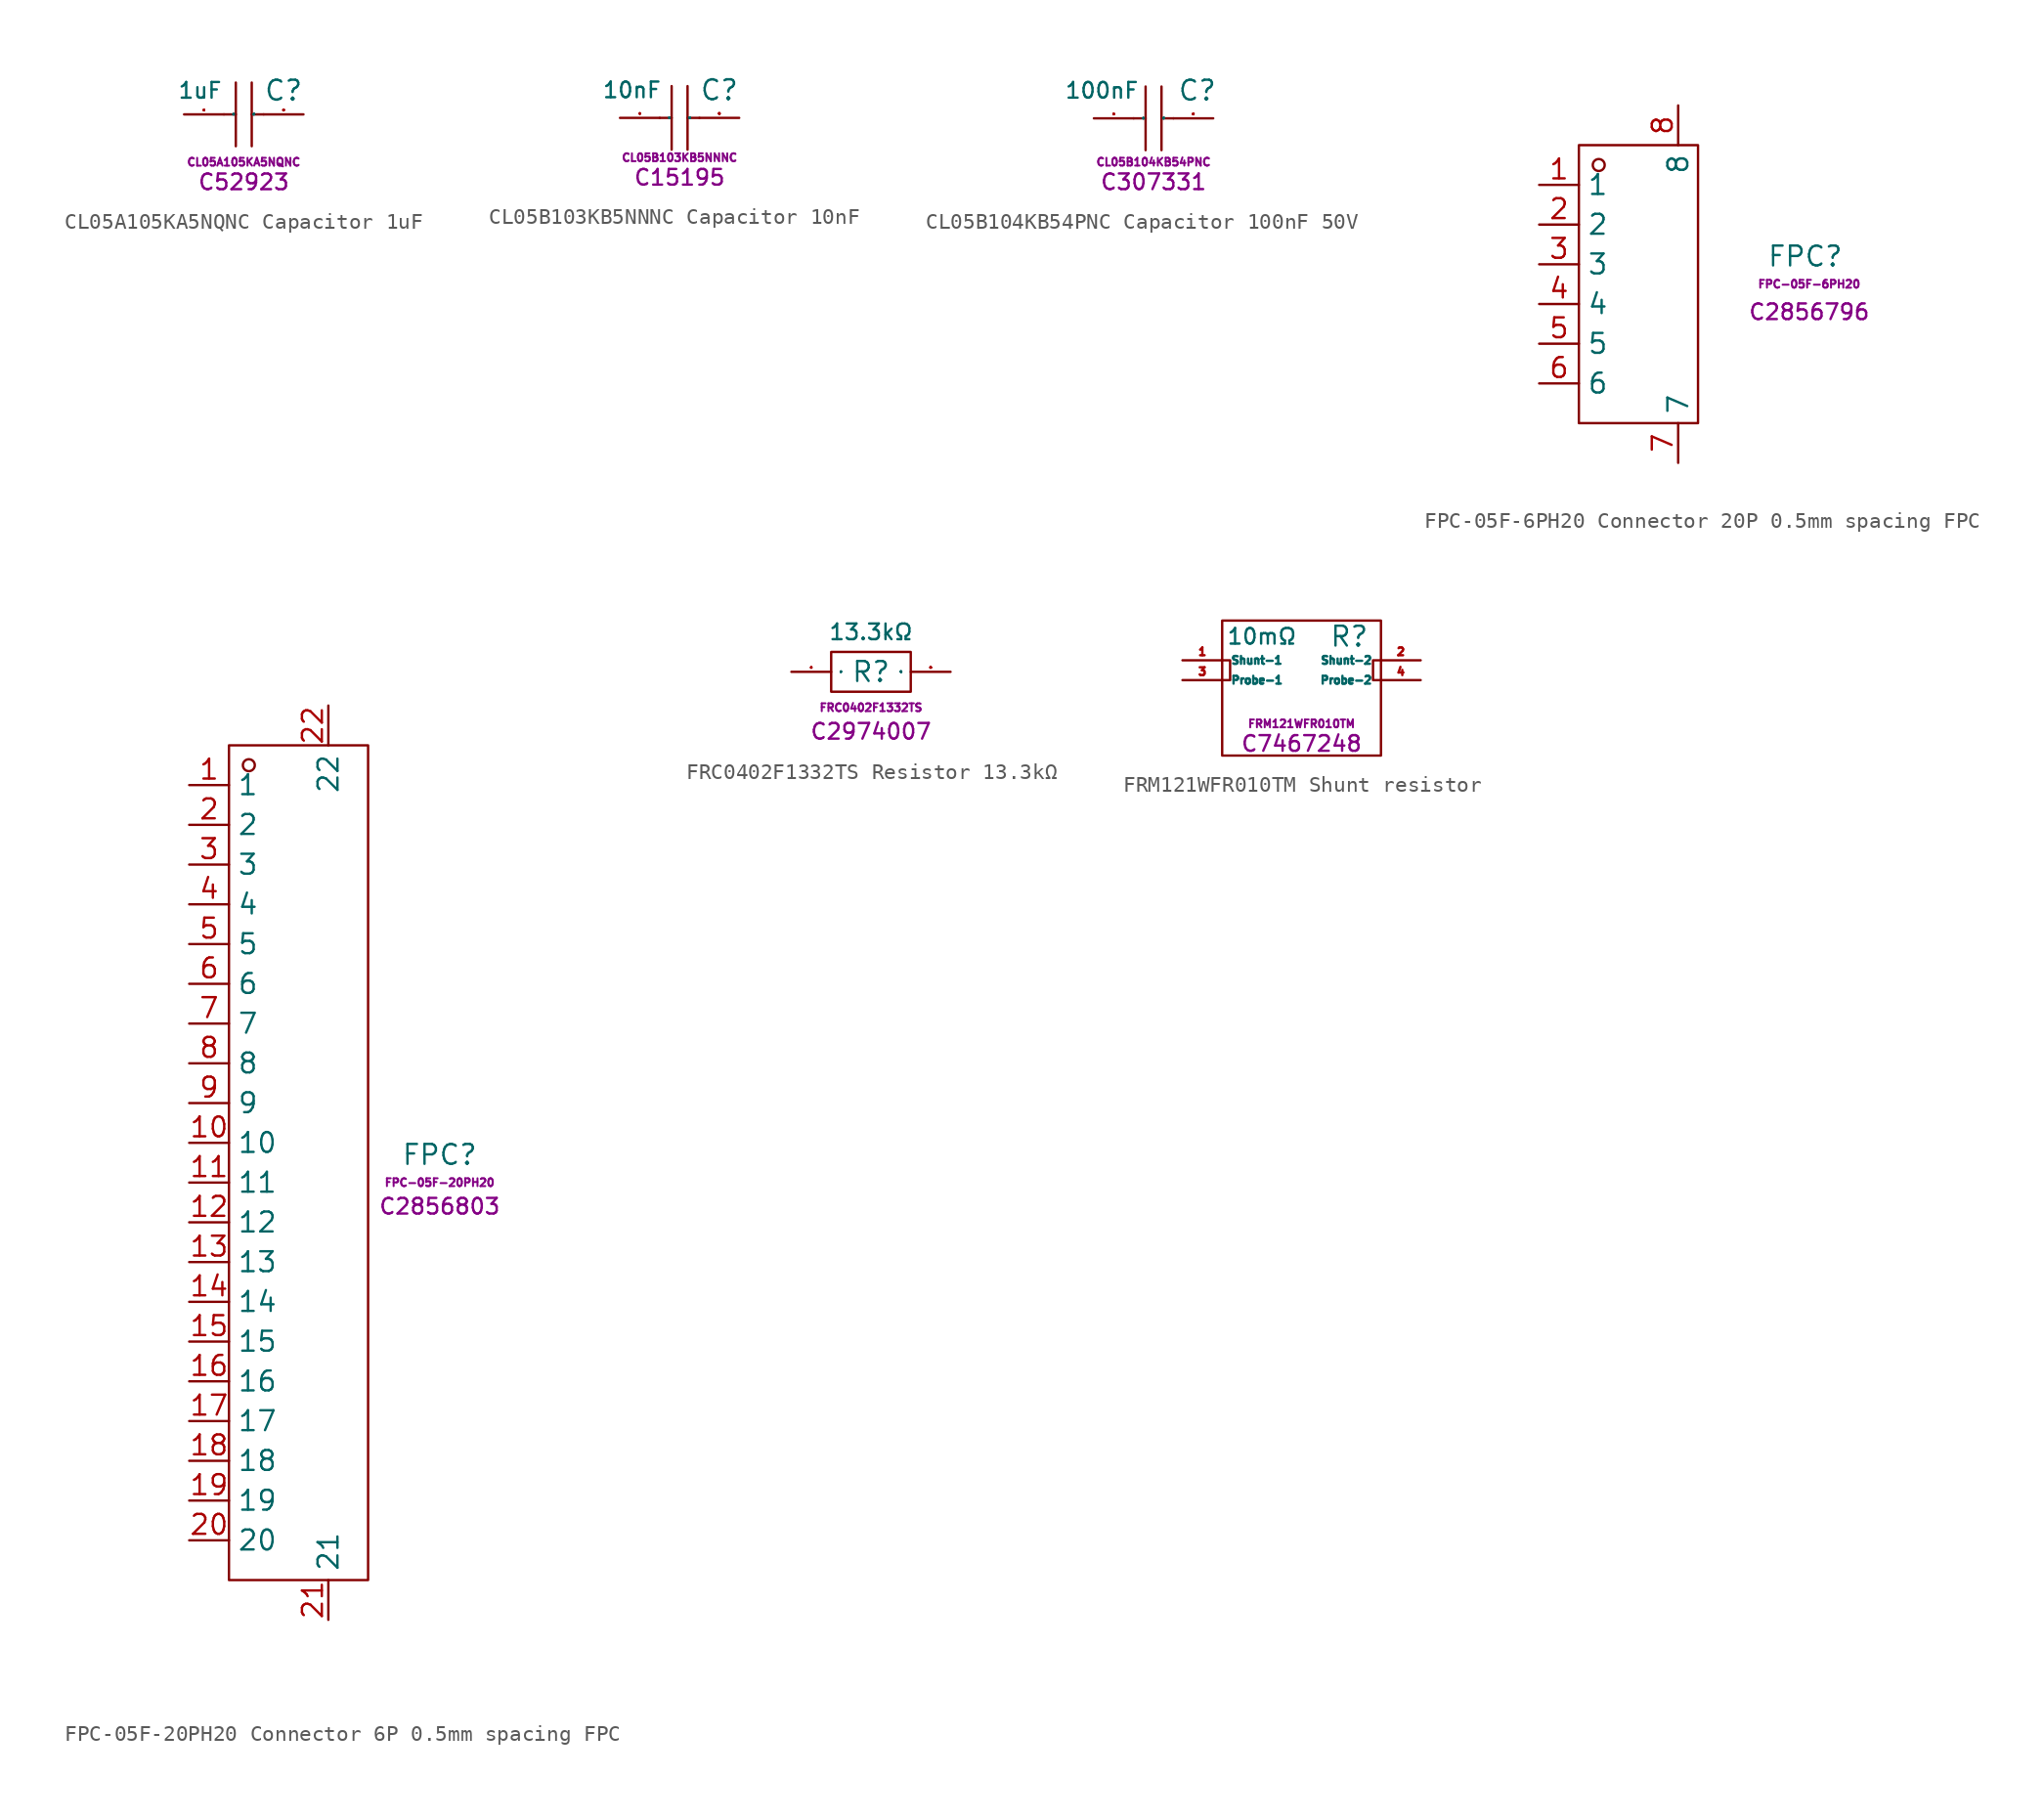
<source format=kicad_sym>
(kicad_symbol_lib
  (version 20241209)
  (generator "kicad_symbol_editor")
  (generator_version "9.0")
  (symbol "CL05A105KA5NQNC Capacitor 1uF"
    (property "Reference" "C"
      (at 2.54 1.524 0)
      (do_not_autoplace)
      (effects (font (size 1.27 1.27))))
    (property "Value" "1uF"
      (at -2.794 1.524 0)
      (do_not_autoplace)
      (effects (font (size 1 1))))
    (property "Manufacturer Part" "CL05A105KA5NQNC"
      (at 0 -3.048 0)
      (do_not_autoplace)
      (effects (font (size 0.5 0.5))))
    (property "LCSC Part #" "C52923"
      (at 0 -4.318 0)
      (do_not_autoplace)
      (effects (font (size 1 1))))
    (symbol "CL05A105KA5NQNC Capacitor 1uF_1_0"
      (polyline (pts (xy -0.508 0) (xy -1.27 0)) (stroke (width 0) (type default)) (fill (type none)))
      (polyline (pts (xy -0.508 -2.032) (xy -0.508 2.032)) (stroke (width 0) (type default)) (fill (type none)))
      (polyline (pts (xy 0.508 2.032) (xy 0.508 -2.032)) (stroke (width 0) (type default)) (fill (type none)))
      (polyline (pts (xy 1.27 0) (xy 0.508 0)) (stroke (width 0) (type default)) (fill (type none)))
      (pin unspecified line (at -3.81 0 0) (length 2.54) (name "1" (effects (font (size 0.025 0.025)))) (number "1" (effects (font (size 0.025 0.025)))))
      (pin unspecified line (at 3.81 0 180) (length 2.54) (name "2" (effects (font (size 0.025 0.025)))) (number "2" (effects (font (size 0.025 0.025)))))))
  (symbol "CL05B103KB5NNNC Capacitor 10nF"
    (property "Reference" "C"
      (at 2.54 1.778 0)
      (do_not_autoplace)
      (effects (font (size 1.27 1.27))))
    (property "Value" "10nF"
      (at -3.048 1.778 0)
      (do_not_autoplace)
      (effects (font (size 1 1))))
    (property "Manufacturer Part" "CL05B103KB5NNNC"
      (at 0 -2.54 0)
      (do_not_autoplace)
      (effects (font (size 0.5 0.5))))
    (property "LCSC Part #" "C15195"
      (at 0 -3.81 0)
      (do_not_autoplace)
      (effects (font (size 1 1))))
    (symbol "CL05B103KB5NNNC Capacitor 10nF_1_0"
      (polyline (pts (xy -1.27 0) (xy -0.508 0)) (stroke (width 0) (type default)) (fill (type none)))
      (polyline (pts (xy -0.508 2.032) (xy -0.508 -2.032)) (stroke (width 0) (type default)) (fill (type none)))
      (polyline (pts (xy 0.508 2.032) (xy 0.508 -2.032)) (stroke (width 0) (type default)) (fill (type none)))
      (polyline (pts (xy 0.508 0) (xy 1.27 0)) (stroke (width 0) (type default)) (fill (type none)))
      (pin input line (at -3.81 0 0) (length 2.54) (name "1" (effects (font (size 0.025 0.025)))) (number "1" (effects (font (size 0.025 0.025)))))
      (pin input line (at 3.81 0 180) (length 2.54) (name "2" (effects (font (size 0.025 0.025)))) (number "2" (effects (font (size 0.025 0.025)))))))
  (symbol "CL05B104KB54PNC Capacitor 100nF 50V"
    (property "Reference" "C"
      (at 2.794 1.778 0)
      (do_not_autoplace)
      (effects (font (size 1.27 1.27))))
    (property "Value" "100nF"
      (at -3.302 1.778 0)
      (do_not_autoplace)
      (effects (font (size 1 1))))
    (property "Manufacturer Part" "CL05B104KB54PNC"
      (at 0 -2.794 0)
      (do_not_autoplace)
      (effects (font (size 0.5 0.5))))
    (property "LCSC Part #" "C307331"
      (at 0 -4.064 0)
      (do_not_autoplace)
      (effects (font (size 1 1))))
    (symbol "CL05B104KB54PNC Capacitor 100nF 50V_1_0"
      (polyline (pts (xy -0.508 2.032) (xy -0.508 -2.032)) (stroke (width 0) (type default)) (fill (type none)))
      (polyline (pts (xy -0.508 0) (xy -1.27 0)) (stroke (width 0) (type default)) (fill (type none)))
      (polyline (pts (xy 0.508 -2.032) (xy 0.508 2.032)) (stroke (width 0) (type default)) (fill (type none)))
      (polyline (pts (xy 1.27 0) (xy 0.508 0)) (stroke (width 0) (type default)) (fill (type none)))
      (pin input line (at -3.81 0 0) (length 2.54) (name "1" (effects (font (size 0.025 0.025)))) (number "1" (effects (font (size 0.025 0.025)))))
      (pin input line (at 3.81 0 180) (length 2.54) (name "2" (effects (font (size 0.025 0.025)))) (number "2" (effects (font (size 0.025 0.025)))))))
  (symbol "FPC-05F-6PH20 Connector 20P 0.5mm spacing FPC"
    (property "Reference" "FPC"
      (at 11.938 1.778 0)
      (do_not_autoplace)
      (effects (font (size 1.27 1.27))))
    (property "Manufacturer Part" "FPC-05F-6PH20"
      (at 12.192 0 0)
      (do_not_autoplace)
      (effects (font (size 0.5 0.5))))
    (property "LCSC Part #" "C2856796"
      (at 12.192 -1.778 0)
      (do_not_autoplace)
      (effects (font (size 1 1))))
    (symbol "FPC-05F-6PH20 Connector 20P 0.5mm spacing FPC_1_0"
      (rectangle (start -2.54 -8.89) (end 5.08 8.89) (stroke (width 0) (type default)) (fill (type none)))
      (circle (center -1.27 7.62) (radius 0.381) (stroke (width 0) (type default)) (fill (type none)))
      (pin input line (at -5.08 6.35 0) (length 2.54) (name "1" (effects (font (size 1.27 1.27)))) (number "1" (effects (font (size 1.27 1.27)))))
      (pin input line (at -5.08 3.81 0) (length 2.54) (name "2" (effects (font (size 1.27 1.27)))) (number "2" (effects (font (size 1.27 1.27)))))
      (pin input line (at -5.08 1.27 0) (length 2.54) (name "3" (effects (font (size 1.27 1.27)))) (number "3" (effects (font (size 1.27 1.27)))))
      (pin input line (at -5.08 -1.27 0) (length 2.54) (name "4" (effects (font (size 1.27 1.27)))) (number "4" (effects (font (size 1.27 1.27)))))
      (pin input line (at -5.08 -3.81 0) (length 2.54) (name "5" (effects (font (size 1.27 1.27)))) (number "5" (effects (font (size 1.27 1.27)))))
      (pin input line (at -5.08 -6.35 0) (length 2.54) (name "6" (effects (font (size 1.27 1.27)))) (number "6" (effects (font (size 1.27 1.27)))))
      (pin input line (at 3.81 11.43 270) (length 2.54) (name "8" (effects (font (size 1.27 1.27)))) (number "8" (effects (font (size 1.27 1.27)))))
      (pin input line (at 3.81 -11.43 90) (length 2.54) (name "7" (effects (font (size 1.27 1.27)))) (number "7" (effects (font (size 1.27 1.27)))))))
  (symbol "FPC-05F-20PH20 Connector 6P 0.5mm spacing FPC"
    (property "Reference" "FPC"
      (at 9.652 1.778 0)
      (do_not_autoplace)
      (effects (font (size 1.27 1.27))))
    (property "Manufacturer Part" "FPC-05F-20PH20"
      (at 9.652 0 0)
      (do_not_autoplace)
      (effects (font (size 0.5 0.5))))
    (property "LCSC Part #" "C2856803"
      (at 9.652 -1.524 0)
      (do_not_autoplace)
      (effects (font (size 1 1))))
    (symbol "FPC-05F-20PH20 Connector 6P 0.5mm spacing FPC_1_0"
      (rectangle (start -3.81 -25.4) (end 5.08 27.94) (stroke (width 0) (type default)) (fill (type none)))
      (circle (center -2.54 26.67) (radius 0.381) (stroke (width 0) (type default)) (fill (type none)))
      (pin input line (at -6.35 25.4 0) (length 2.54) (name "1" (effects (font (size 1.27 1.27)))) (number "1" (effects (font (size 1.27 1.27)))))
      (pin input line (at -6.35 22.86 0) (length 2.54) (name "2" (effects (font (size 1.27 1.27)))) (number "2" (effects (font (size 1.27 1.27)))))
      (pin input line (at -6.35 20.32 0) (length 2.54) (name "3" (effects (font (size 1.27 1.27)))) (number "3" (effects (font (size 1.27 1.27)))))
      (pin input line (at -6.35 17.78 0) (length 2.54) (name "4" (effects (font (size 1.27 1.27)))) (number "4" (effects (font (size 1.27 1.27)))))
      (pin input line (at -6.35 15.24 0) (length 2.54) (name "5" (effects (font (size 1.27 1.27)))) (number "5" (effects (font (size 1.27 1.27)))))
      (pin input line (at -6.35 12.7 0) (length 2.54) (name "6" (effects (font (size 1.27 1.27)))) (number "6" (effects (font (size 1.27 1.27)))))
      (pin input line (at -6.35 10.16 0) (length 2.54) (name "7" (effects (font (size 1.27 1.27)))) (number "7" (effects (font (size 1.27 1.27)))))
      (pin input line (at -6.35 7.62 0) (length 2.54) (name "8" (effects (font (size 1.27 1.27)))) (number "8" (effects (font (size 1.27 1.27)))))
      (pin input line (at -6.35 5.08 0) (length 2.54) (name "9" (effects (font (size 1.27 1.27)))) (number "9" (effects (font (size 1.27 1.27)))))
      (pin input line (at -6.35 2.54 0) (length 2.54) (name "10" (effects (font (size 1.27 1.27)))) (number "10" (effects (font (size 1.27 1.27)))))
      (pin input line (at -6.35 0 0) (length 2.54) (name "11" (effects (font (size 1.27 1.27)))) (number "11" (effects (font (size 1.27 1.27)))))
      (pin input line (at -6.35 -2.54 0) (length 2.54) (name "12" (effects (font (size 1.27 1.27)))) (number "12" (effects (font (size 1.27 1.27)))))
      (pin input line (at -6.35 -5.08 0) (length 2.54) (name "13" (effects (font (size 1.27 1.27)))) (number "13" (effects (font (size 1.27 1.27)))))
      (pin input line (at -6.35 -7.62 0) (length 2.54) (name "14" (effects (font (size 1.27 1.27)))) (number "14" (effects (font (size 1.27 1.27)))))
      (pin input line (at -6.35 -10.16 0) (length 2.54) (name "15" (effects (font (size 1.27 1.27)))) (number "15" (effects (font (size 1.27 1.27)))))
      (pin input line (at -6.35 -12.7 0) (length 2.54) (name "16" (effects (font (size 1.27 1.27)))) (number "16" (effects (font (size 1.27 1.27)))))
      (pin input line (at -6.35 -15.24 0) (length 2.54) (name "17" (effects (font (size 1.27 1.27)))) (number "17" (effects (font (size 1.27 1.27)))))
      (pin input line (at -6.35 -17.78 0) (length 2.54) (name "18" (effects (font (size 1.27 1.27)))) (number "18" (effects (font (size 1.27 1.27)))))
      (pin input line (at -6.35 -20.32 0) (length 2.54) (name "19" (effects (font (size 1.27 1.27)))) (number "19" (effects (font (size 1.27 1.27)))))
      (pin input line (at -6.35 -22.86 0) (length 2.54) (name "20" (effects (font (size 1.27 1.27)))) (number "20" (effects (font (size 1.27 1.27)))))
      (pin input line (at 2.54 30.48 270) (length 2.54) (name "22" (effects (font (size 1.27 1.27)))) (number "22" (effects (font (size 1.27 1.27)))))
      (pin input line (at 2.54 -27.94 90) (length 2.54) (name "21" (effects (font (size 1.27 1.27)))) (number "21" (effects (font (size 1.27 1.27)))))))
  (symbol "FRC0402F1332TS Resistor 13.3kΩ"
    (property "Reference" "R"
      (at 0 0 0)
      (do_not_autoplace)
      (effects (font (size 1.27 1.27))))
    (property "Value" "13.3kΩ"
      (at 0 2.54 0)
      (do_not_autoplace)
      (effects (font (size 1 1))))
    (property "Manufacturer Part" "FRC0402F1332TS"
      (at 0 -2.286 0)
      (do_not_autoplace)
      (effects (font (size 0.5 0.5))))
    (property "LCSC Part #" "C2974007"
      (at 0 -3.81 0)
      (do_not_autoplace)
      (effects (font (size 1 1))))
    (symbol "FRC0402F1332TS Resistor 13.3kΩ_1_0"
      (rectangle (start -2.54 1.27) (end 2.54 -1.27) (stroke (width 0) (type default)) (fill (type none)))
      (pin unspecified line (at -5.08 0 0) (length 2.54) (name "1" (effects (font (size 0.025 0.025)))) (number "1" (effects (font (size 0.025 0.025)))))
      (pin unspecified line (at 5.08 0 180) (length 2.54) (name "2" (effects (font (size 0.025 0.025)))) (number "2" (effects (font (size 0.025 0.025)))))))
  (symbol "FRM121WFR010TM Shunt resistor"
    (property "Reference" "R"
      (at 3.048 1.524 0)
      (do_not_autoplace)
      (effects (font (size 1.27 1.27))))
    (property "Value" "10mΩ"
      (at -2.54 1.524 0)
      (do_not_autoplace)
      (effects (font (size 1 1))))
    (property "Manufacturer Part" "FRM121WFR010TM"
      (at 0 -4.064 0)
      (do_not_autoplace)
      (effects (font (size 0.5 0.5))))
    (property "LCSC Part #" "C7467248"
      (at 0 -5.334 0)
      (do_not_autoplace)
      (effects (font (size 1 1))))
    (symbol "FRM121WFR010TM Shunt resistor_0_1"
      (polyline (pts (xy -5.08 0) (xy -4.572 0) (xy -4.572 -1.27) (xy -5.08 -1.27)) (stroke (width 0) (type default)) (fill (type none)))
      (polyline (pts (xy 5.08 0) (xy 4.572 0) (xy 4.572 -1.27) (xy 5.08 -1.27)) (stroke (width 0) (type default)) (fill (type none))))
    (symbol "FRM121WFR010TM Shunt resistor_1_0"
      (rectangle (start -5.08 2.54) (end 5.08 -6.096) (stroke (width 0) (type default)) (fill (type none)))
      (pin unspecified line (at -7.62 0 0) (length 2.54) (name "Shunt-1" (effects (font (size 0.5 0.5)))) (number "1" (effects (font (size 0.5 0.5)))))
      (pin unspecified line (at -7.62 -1.27 0) (length 2.54) (name "Probe-1" (effects (font (size 0.5 0.5)))) (number "3" (effects (font (size 0.5 0.5)))))
      (pin unspecified line (at 7.62 0 180) (length 2.54) (name "Shunt-2" (effects (font (size 0.5 0.5)))) (number "2" (effects (font (size 0.5 0.5)))))
      (pin unspecified line (at 7.62 -1.27 180) (length 2.54) (name "Probe-2" (effects (font (size 0.5 0.5)))) (number "4" (effects (font (size 0.5 0.5))))))))
</source>
